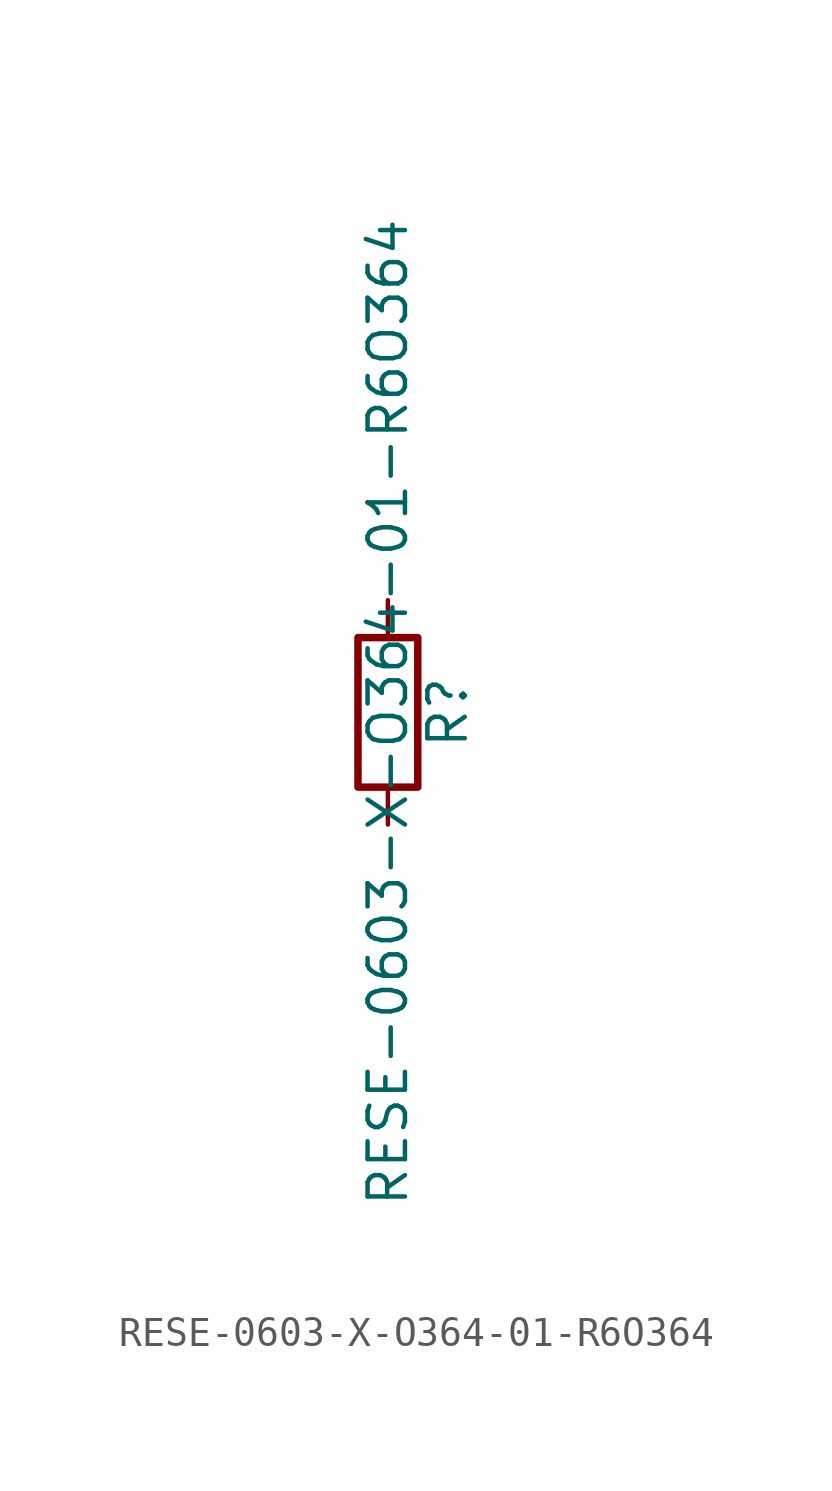
<source format=kicad_sym>
(kicad_symbol_lib
  (version 20211014)
  (generator kicad_symbol_editor)
  (symbol "RESE-0603-X-O364-01-R6O364"
    (pin_numbers hide)
    (pin_names
      (offset 0))
    (property "Reference" "R"
      (at 2.032 0 90)
      (effects (font (size 1.27 1.27))))
    (property "Value" "RESE-0603-X-O364-01-R6O364"
      (at 0 0 90)
      (effects (font (size 1.27 1.27))))
    (symbol "RESE-0603-X-O364-01-R6O364_0_1"
      (rectangle (start -1.016 -2.54) (end 1.016 2.54) (stroke (width 0.254) (type default) (color 0 0 0 0)) (fill (type none))))
    (symbol "RESE-0603-X-O364-01-R6O364_1_1"
      (pin passive line (at 0 3.81 270) (length 1.27) (name "~" (effects (font (size 1.27 1.27)))) (number "1" (effects (font (size 1.27 1.27)))))
      (pin passive line (at 0 -3.81 90) (length 1.27) (name "~" (effects (font (size 1.27 1.27)))) (number "2" (effects (font (size 1.27 1.27))))))))
</source>
